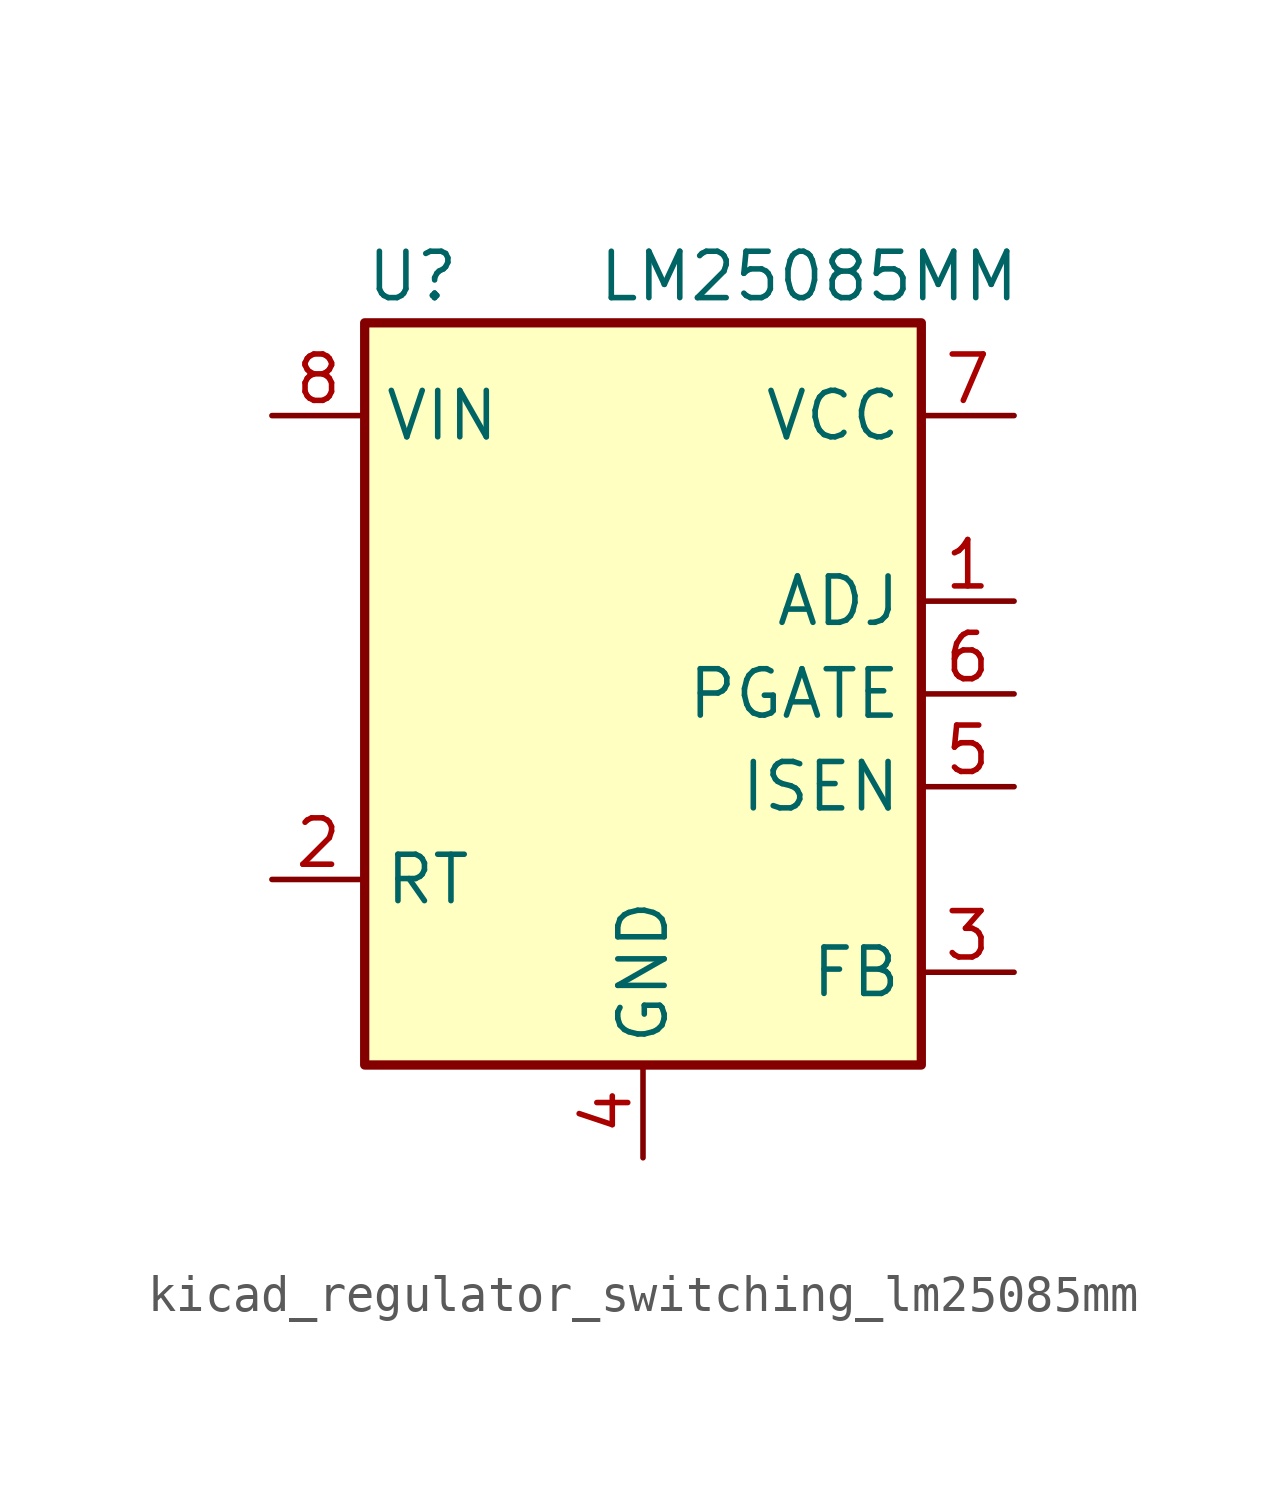
<source format=kicad_sym>
(kicad_symbol_lib
  (version 20220914)
  (generator kicad_symbol_editor)
  (symbol "kicad_regulator_switching_lm25085mm"
    (property "Reference" "U"
      (at -7.62 11.43 0)
      (effects (font (size 1.27 1.27)) (justify left)))
    (property "Value" "LM25085MM"
      (at -1.27 11.43 0)
      (effects (font (size 1.27 1.27)) (justify left)))
    (symbol "kicad_regulator_switching_lm25085mm_0_1"
      (rectangle (start -7.62 10.16) (end 7.62 -10.16) (stroke (width 0.254) (type default)) (fill (type background))))
    (symbol "kicad_regulator_switching_lm25085mm_1_1"
      (pin input line (at 10.16 2.54 180) (length 2.54) (name "ADJ" (effects (font (size 1.27 1.27)))) (number "1" (effects (font (size 1.27 1.27)))))
      (pin input line (at -10.16 -5.08 0) (length 2.54) (name "RT" (effects (font (size 1.27 1.27)))) (number "2" (effects (font (size 1.27 1.27)))))
      (pin input line (at 10.16 -7.62 180) (length 2.54) (name "FB" (effects (font (size 1.27 1.27)))) (number "3" (effects (font (size 1.27 1.27)))))
      (pin power_in line (at 0 -12.7 90) (length 2.54) (name "GND" (effects (font (size 1.27 1.27)))) (number "4" (effects (font (size 1.27 1.27)))))
      (pin input line (at 10.16 -2.54 180) (length 2.54) (name "ISEN" (effects (font (size 1.27 1.27)))) (number "5" (effects (font (size 1.27 1.27)))))
      (pin output line (at 10.16 0 180) (length 2.54) (name "PGATE" (effects (font (size 1.27 1.27)))) (number "6" (effects (font (size 1.27 1.27)))))
      (pin power_out line (at 10.16 7.62 180) (length 2.54) (name "VCC" (effects (font (size 1.27 1.27)))) (number "7" (effects (font (size 1.27 1.27)))))
      (pin power_in line (at -10.16 7.62 0) (length 2.54) (name "VIN" (effects (font (size 1.27 1.27)))) (number "8" (effects (font (size 1.27 1.27))))))))
</source>
